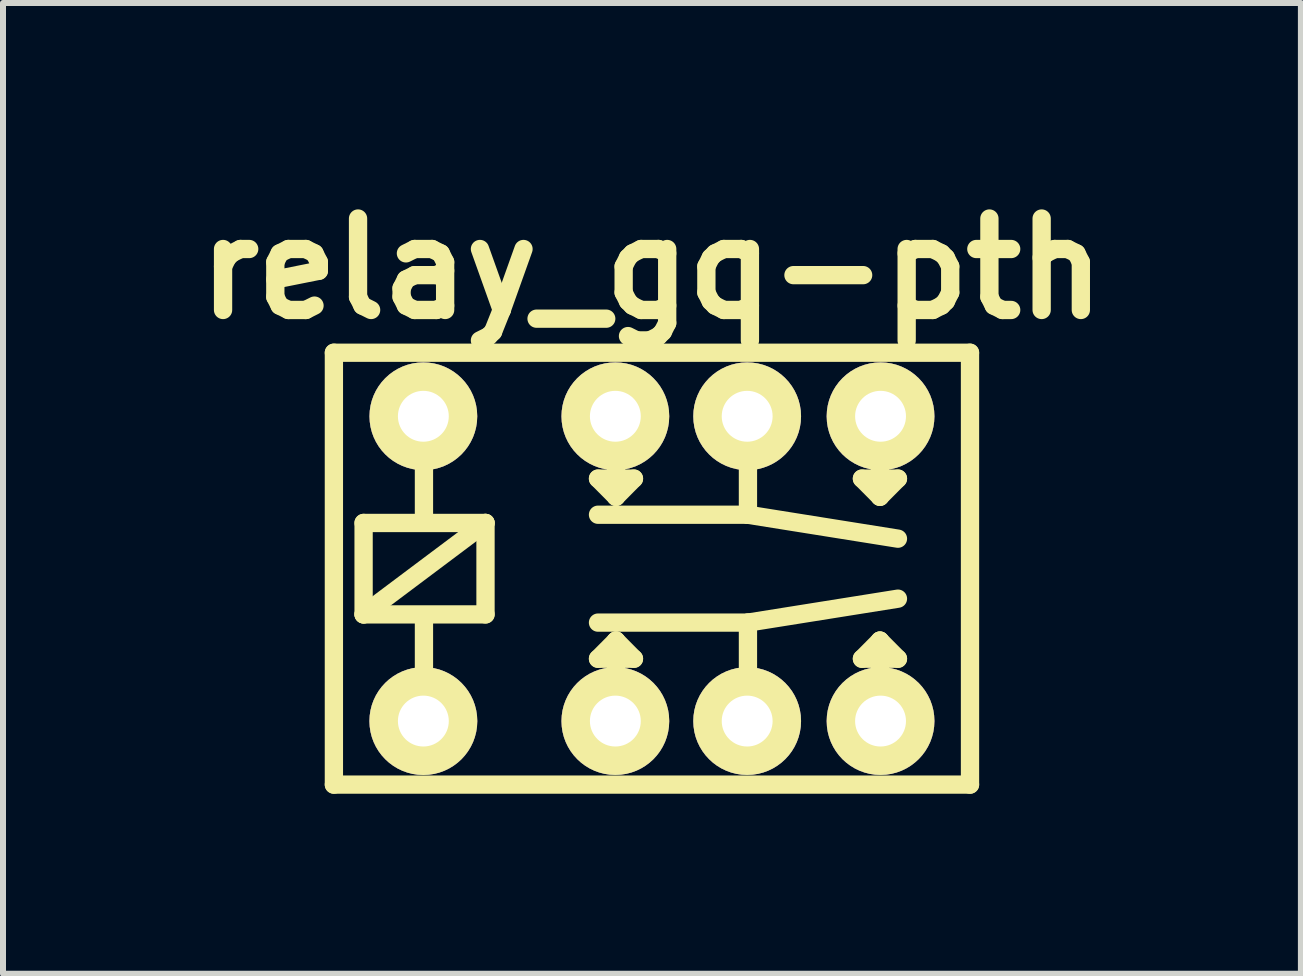
<source format=kicad_pcb>
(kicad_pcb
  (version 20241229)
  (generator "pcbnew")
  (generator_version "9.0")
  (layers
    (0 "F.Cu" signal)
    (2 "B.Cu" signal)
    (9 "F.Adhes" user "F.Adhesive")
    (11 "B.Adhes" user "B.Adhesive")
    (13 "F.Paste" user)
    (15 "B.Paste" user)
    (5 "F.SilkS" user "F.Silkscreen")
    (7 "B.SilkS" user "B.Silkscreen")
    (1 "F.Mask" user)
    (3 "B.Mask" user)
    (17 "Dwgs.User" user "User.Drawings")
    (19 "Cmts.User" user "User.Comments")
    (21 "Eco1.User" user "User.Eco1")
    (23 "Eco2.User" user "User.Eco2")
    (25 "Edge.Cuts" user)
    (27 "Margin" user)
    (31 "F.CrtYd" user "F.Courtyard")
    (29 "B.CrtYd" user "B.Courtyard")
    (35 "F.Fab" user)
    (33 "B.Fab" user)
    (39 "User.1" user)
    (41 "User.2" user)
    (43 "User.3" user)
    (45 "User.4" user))
  (footprint "relay_gq-pth"
    (layer "F.Cu")
    (at 7.816 6.428)
    (property "Reference" "relay_gq-pth" (at 0 -5.001 0) (layer "F.SilkS") (effects (font (size 1.524 1.524) (thickness 0.305))))
    (attr through_hole)
    (fp_line (start -5.301 -3.599) (end 5.301 -3.599) (stroke (width 0.305) (type solid)) (layer "F.SilkS"))
    (fp_line (start -5.301 3.599) (end -5.301 -3.599) (stroke (width 0.305) (type solid)) (layer "F.SilkS"))
    (fp_line (start -4.806 -0.762) (end -2.774 -0.762) (stroke (width 0.305) (type solid)) (layer "F.SilkS"))
    (fp_line (start -4.806 0.762) (end -4.806 -0.762) (stroke (width 0.305) (type solid)) (layer "F.SilkS"))
    (fp_line (start -4.806 0.762) (end -2.774 -0.762) (stroke (width 0.305) (type solid)) (layer "F.SilkS"))
    (fp_line (start -3.8 -2.601) (end -3.8 -0.8) (stroke (width 0.305) (type solid)) (layer "F.SilkS"))
    (fp_line (start -3.8 2.499) (end -3.8 0.8) (stroke (width 0.305) (type solid)) (layer "F.SilkS"))
    (fp_line (start -2.774 -0.762) (end -2.774 0.762) (stroke (width 0.305) (type solid)) (layer "F.SilkS"))
    (fp_line (start -2.774 0.762) (end -4.806 0.762) (stroke (width 0.305) (type solid)) (layer "F.SilkS"))
    (fp_line (start -0.899 0.899) (end 1.6 0.899) (stroke (width 0.305) (type solid)) (layer "F.SilkS"))
    (fp_line (start -0.899 1.501) (end -0.3 1.501) (stroke (width 0.305) (type solid)) (layer "F.SilkS"))
    (fp_line (start -0.599 -2.499) (end -0.599 -1.199) (stroke (width 0.305) (type solid)) (layer "F.SilkS"))
    (fp_line (start -0.599 -1.199) (end -0.899 -1.501) (stroke (width 0.305) (type solid)) (layer "F.SilkS"))
    (fp_line (start -0.599 -1.199) (end -0.3 -1.501) (stroke (width 0.305) (type solid)) (layer "F.SilkS"))
    (fp_line (start -0.599 1.199) (end -0.899 1.501) (stroke (width 0.305) (type solid)) (layer "F.SilkS"))
    (fp_line (start -0.599 2.499) (end -0.599 1.199) (stroke (width 0.305) (type solid)) (layer "F.SilkS"))
    (fp_line (start -0.3 -1.501) (end -0.899 -1.501) (stroke (width 0.305) (type solid)) (layer "F.SilkS"))
    (fp_line (start -0.3 1.501) (end -0.599 1.199) (stroke (width 0.305) (type solid)) (layer "F.SilkS"))
    (fp_line (start 1.6 -2.499) (end 1.6 -0.899) (stroke (width 0.305) (type solid)) (layer "F.SilkS"))
    (fp_line (start 1.6 -0.899) (end -0.899 -0.899) (stroke (width 0.305) (type solid)) (layer "F.SilkS"))
    (fp_line (start 1.6 -0.899) (end 4.1 -0.5) (stroke (width 0.305) (type solid)) (layer "F.SilkS"))
    (fp_line (start 1.6 0.899) (end 1.6 2.499) (stroke (width 0.305) (type solid)) (layer "F.SilkS"))
    (fp_line (start 1.6 0.899) (end 4.1 0.5) (stroke (width 0.305) (type solid)) (layer "F.SilkS"))
    (fp_line (start 3.5 1.501) (end 4.1 1.501) (stroke (width 0.305) (type solid)) (layer "F.SilkS"))
    (fp_line (start 3.8 -2.499) (end 3.8 -1.199) (stroke (width 0.305) (type solid)) (layer "F.SilkS"))
    (fp_line (start 3.8 -1.199) (end 3.5 -1.501) (stroke (width 0.305) (type solid)) (layer "F.SilkS"))
    (fp_line (start 3.8 -1.199) (end 4.1 -1.501) (stroke (width 0.305) (type solid)) (layer "F.SilkS"))
    (fp_line (start 3.8 1.199) (end 3.5 1.501) (stroke (width 0.305) (type solid)) (layer "F.SilkS"))
    (fp_line (start 3.8 2.499) (end 3.8 1.199) (stroke (width 0.305) (type solid)) (layer "F.SilkS"))
    (fp_line (start 4.1 -1.501) (end 3.5 -1.501) (stroke (width 0.305) (type solid)) (layer "F.SilkS"))
    (fp_line (start 4.1 1.501) (end 3.8 1.199) (stroke (width 0.305) (type solid)) (layer "F.SilkS"))
    (fp_line (start 5.301 -3.599) (end 5.301 3.599) (stroke (width 0.305) (type solid)) (layer "F.SilkS"))
    (fp_line (start 5.301 3.599) (end -5.301 3.599) (stroke (width 0.305) (type solid)) (layer "F.SilkS"))
    (pad "1" thru_hole circle (at -3.81 2.54) (size 1.798 1.798) (drill 0.848) (layers "*.Cu" "*.Mask" "F.SilkS"))
    (pad "2" thru_hole circle (at -0.61 2.54) (size 1.796 1.796) (drill 0.848) (layers "*.Cu" "*.Mask" "F.SilkS"))
    (pad "3" thru_hole circle (at 1.587 2.54) (size 1.796 1.796) (drill 0.848) (layers "*.Cu" "*.Mask" "F.SilkS"))
    (pad "4" thru_hole circle (at 3.81 2.54) (size 1.796 1.796) (drill 0.848) (layers "*.Cu" "*.Mask" "F.SilkS"))
    (pad "5" thru_hole circle (at 3.81 -2.54) (size 1.796 1.796) (drill 0.848) (layers "*.Cu" "*.Mask" "F.SilkS"))
    (pad "6" thru_hole circle (at 1.587 -2.54) (size 1.796 1.796) (drill 0.848) (layers "*.Cu" "*.Mask" "F.SilkS"))
    (pad "7" thru_hole circle (at -0.61 -2.54) (size 1.796 1.796) (drill 0.848) (layers "*.Cu" "*.Mask" "F.SilkS"))
    (pad "8" thru_hole circle (at -3.81 -2.54) (size 1.796 1.796) (drill 0.848) (layers "*.Cu" "*.Mask" "F.SilkS")))
  (gr_rect
    (start -3 -3)
    (end 18.632 13.179)
    (stroke (width 0.1) (type default))
    (fill no)
    (layer "Edge.Cuts")))
</source>
